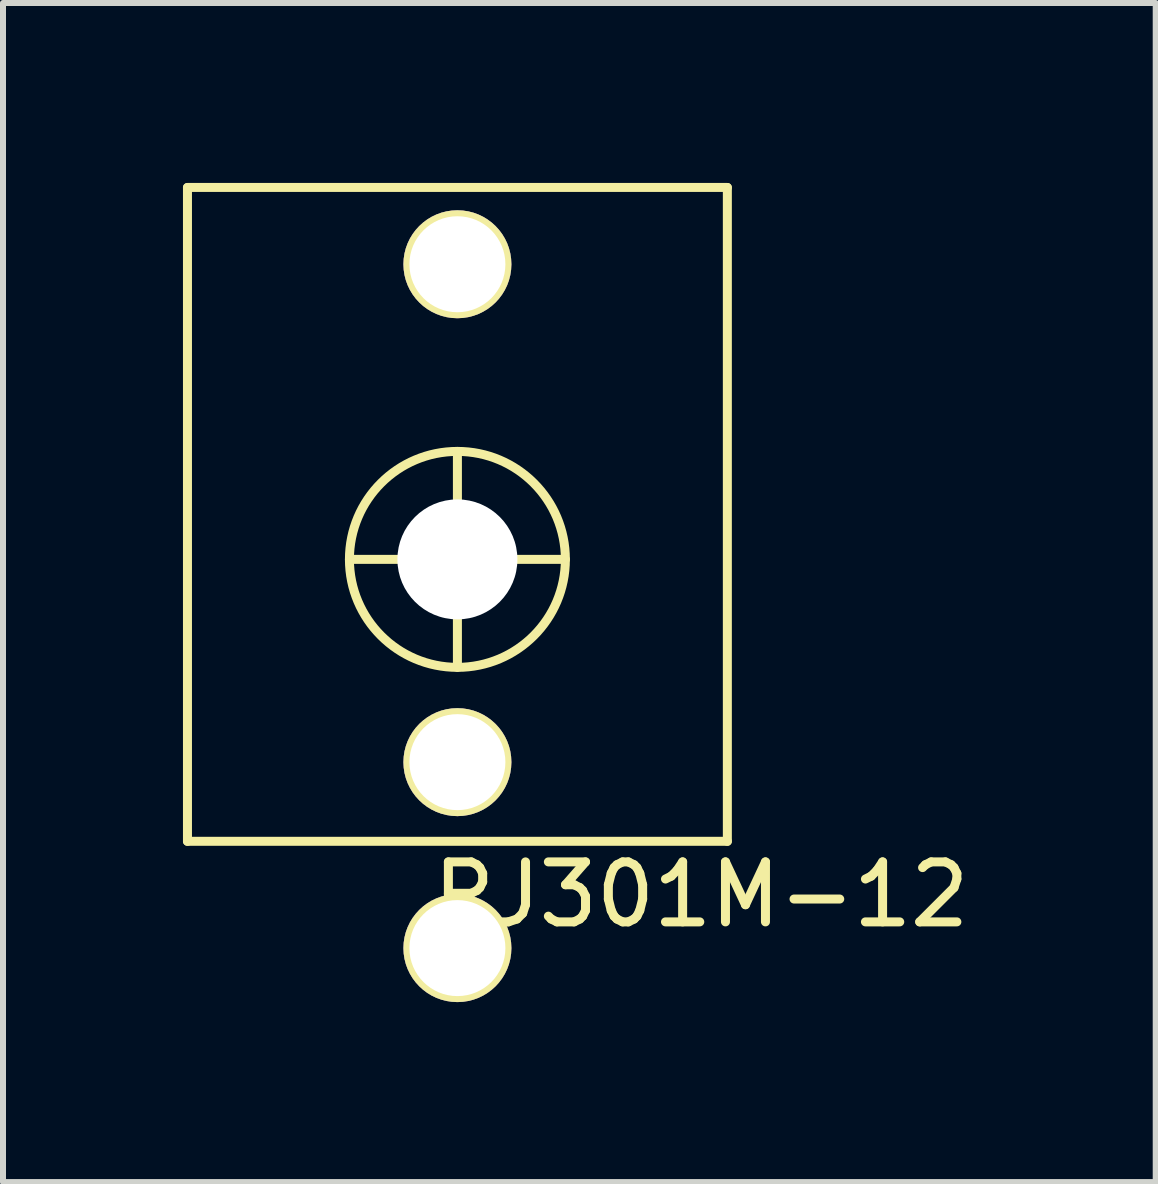
<source format=kicad_pcb>
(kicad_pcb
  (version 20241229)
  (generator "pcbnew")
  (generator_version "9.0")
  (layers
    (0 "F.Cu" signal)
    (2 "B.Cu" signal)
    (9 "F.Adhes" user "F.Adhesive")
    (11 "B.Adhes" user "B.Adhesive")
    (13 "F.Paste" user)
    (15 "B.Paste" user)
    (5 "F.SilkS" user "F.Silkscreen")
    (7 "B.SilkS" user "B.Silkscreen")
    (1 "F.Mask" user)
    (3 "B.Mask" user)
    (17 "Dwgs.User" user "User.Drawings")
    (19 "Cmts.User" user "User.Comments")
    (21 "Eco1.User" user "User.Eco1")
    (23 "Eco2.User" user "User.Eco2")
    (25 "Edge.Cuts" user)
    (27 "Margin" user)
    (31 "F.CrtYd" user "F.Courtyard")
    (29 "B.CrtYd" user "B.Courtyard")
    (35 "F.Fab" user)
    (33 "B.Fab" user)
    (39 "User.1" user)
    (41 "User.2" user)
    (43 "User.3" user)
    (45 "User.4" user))
  (footprint "PJ301M-12"
    (layer "F.Cu")
    (at 4.575 6.275)
    (property "Reference" "PJ301M-12" (at 4.064 5.588 0) (layer "F.SilkS") (effects (font (size 1 1) (thickness 0.15))))
    (attr through_hole)
    (fp_line (start -4.5 -6.2) (end -4.5 4.7) (stroke (width 0.15) (type solid)) (layer "F.SilkS"))
    (fp_line (start -4.5 -6.2) (end 4.5 -6.2) (stroke (width 0.15) (type solid)) (layer "F.SilkS"))
    (fp_line (start -4.5 4.7) (end 4.5 4.7) (stroke (width 0.15) (type solid)) (layer "F.SilkS"))
    (fp_line (start -1.8 0) (end 1.8 0) (stroke (width 0.15) (type solid)) (layer "F.SilkS"))
    (fp_line (start 0 -1.8) (end 0 1.8) (stroke (width 0.15) (type solid)) (layer "F.SilkS"))
    (fp_line (start 4.5 -6.2) (end 4.5 4.7) (stroke (width 0.15) (type solid)) (layer "F.SilkS"))
    (fp_circle (center 0 0) (end 1.8 0) (stroke (width 0.15) (type solid)) (fill no) (layer "F.SilkS"))
    (pad "" np_thru_hole circle (at 0 0) (size 2 2) (drill 2) (layers "*.Cu"))
    (pad "1" thru_hole circle (at 0 6.48) (size 1.8 1.8) (drill 1.6) (layers "*.Cu" "*.Mask" "F.SilkS"))
    (pad "2" thru_hole circle (at 0 3.38) (size 1.8 1.8) (drill 1.6) (layers "*.Cu" "*.Mask" "F.SilkS"))
    (pad "3" thru_hole circle (at 0 -4.92) (size 1.8 1.8) (drill 1.6) (layers "*.Cu" "*.Mask" "F.SilkS")))
  (gr_rect
    (start -3 -3)
    (end 16.216 16.655)
    (stroke (width 0.1) (type default))
    (fill no)
    (layer "Edge.Cuts")))
</source>
